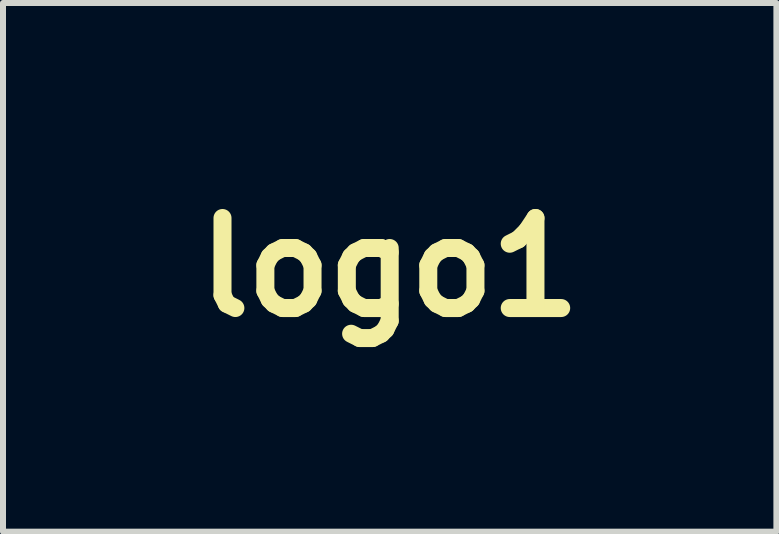
<source format=kicad_pcb>
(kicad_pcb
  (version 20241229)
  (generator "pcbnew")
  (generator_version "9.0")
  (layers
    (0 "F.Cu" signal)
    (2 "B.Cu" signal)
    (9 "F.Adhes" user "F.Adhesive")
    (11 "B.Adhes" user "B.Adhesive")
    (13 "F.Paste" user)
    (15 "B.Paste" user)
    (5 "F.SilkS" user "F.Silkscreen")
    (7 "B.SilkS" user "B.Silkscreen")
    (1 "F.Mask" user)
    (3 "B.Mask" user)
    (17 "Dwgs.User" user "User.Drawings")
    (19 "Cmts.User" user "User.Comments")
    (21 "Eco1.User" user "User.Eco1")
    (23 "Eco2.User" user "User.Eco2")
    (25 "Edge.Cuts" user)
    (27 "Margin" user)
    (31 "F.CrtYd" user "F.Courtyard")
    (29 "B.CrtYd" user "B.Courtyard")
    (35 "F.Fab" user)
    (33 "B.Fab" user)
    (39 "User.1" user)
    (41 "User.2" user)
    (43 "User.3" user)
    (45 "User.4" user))
  (footprint "logo1"
    (layer "F.Cu")
    (at 3.443 1.404)
    (property "Reference" "logo1" (at 0 0 0) (layer "F.SilkS") (effects (font (size 1.5 1.5) (thickness 0.3))))
    (attr board_only exclude_from_pos_files exclude_from_bom)
    (fp_poly (pts (xy -0.563 1.034) (xy -0.568 1.039) (xy -0.573 1.034) (xy -0.568 1.029)) (stroke (width 0) (type solid)) (fill yes) (layer "F.SilkS"))
    (fp_poly (pts (xy -0.214 1.034) (xy -0.218 1.039) (xy -0.223 1.034) (xy -0.218 1.029)) (stroke (width 0) (type solid)) (fill yes) (layer "F.SilkS")))
  (gr_rect
    (start -3 -3)
    (end 9.886 5.808)
    (stroke (width 0.1) (type default))
    (fill no)
    (layer "Edge.Cuts")))
</source>
